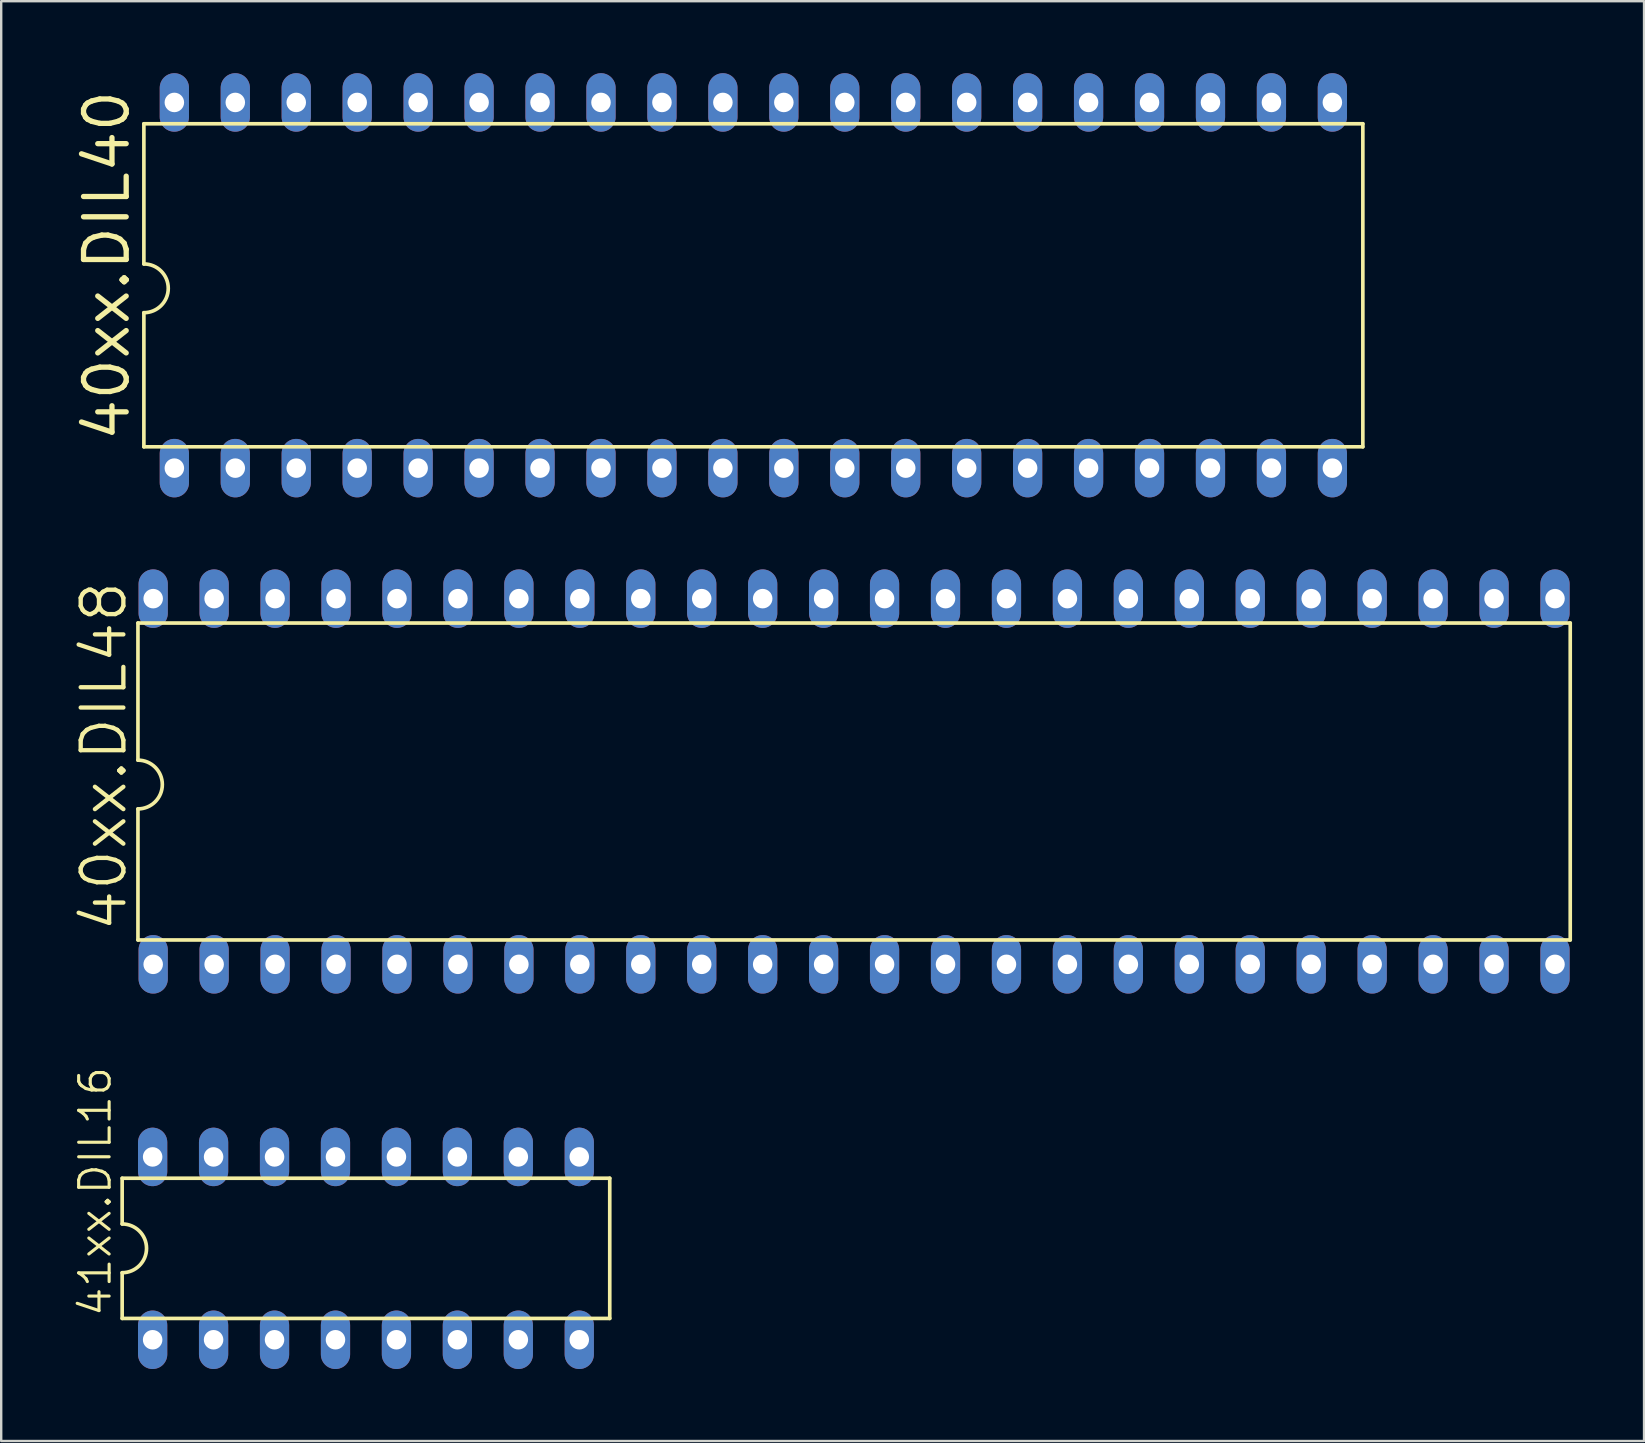
<source format=kicad_pcb>
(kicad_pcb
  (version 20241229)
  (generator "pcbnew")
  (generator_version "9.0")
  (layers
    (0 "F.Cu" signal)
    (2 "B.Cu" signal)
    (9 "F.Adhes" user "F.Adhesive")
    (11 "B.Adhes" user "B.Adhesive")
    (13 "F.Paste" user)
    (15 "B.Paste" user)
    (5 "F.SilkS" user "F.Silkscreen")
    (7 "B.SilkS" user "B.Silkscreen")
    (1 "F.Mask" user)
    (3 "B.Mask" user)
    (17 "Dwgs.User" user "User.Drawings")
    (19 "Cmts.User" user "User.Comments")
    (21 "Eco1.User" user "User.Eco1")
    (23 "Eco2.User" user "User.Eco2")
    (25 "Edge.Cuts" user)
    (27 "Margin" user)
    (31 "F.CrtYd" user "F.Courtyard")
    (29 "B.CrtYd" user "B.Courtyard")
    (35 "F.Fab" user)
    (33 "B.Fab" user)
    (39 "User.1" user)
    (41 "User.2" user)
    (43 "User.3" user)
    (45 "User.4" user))
  (footprint "40xx.DIL40"
    (layer "F.Cu")
    (at 28.346 8.839)
    (property "Reference" "40xx.DIL40" (at -25.908 6.604 90) (layer "F.SilkS") (effects (font (size 1.778 1.778) (thickness 0.22)) (justify left bottom)))
    (attr through_hole)
    (fp_line (start -25.4 -6.731) (end -25.4 -0.889) (stroke (width 0.152) (type default)) (layer "F.SilkS"))
    (fp_line (start -25.4 6.731) (end -25.4 1.143) (stroke (width 0.152) (type default)) (layer "F.SilkS"))
    (fp_line (start -25.4 6.731) (end 25.4 6.731) (stroke (width 0.152) (type default)) (layer "F.SilkS"))
    (fp_line (start 25.4 -6.731) (end -25.4 -6.731) (stroke (width 0.152) (type default)) (layer "F.SilkS"))
    (fp_line (start 25.4 -6.731) (end 25.4 6.731) (stroke (width 0.152) (type default)) (layer "F.SilkS"))
    (fp_arc (start -25.4 -0.889) (mid -24.384 0.127) (end -25.4 1.143) (stroke (width 0.1524) (type default)) (layer "F.SilkS"))
    (pad "1" thru_hole oval (at -24.13 7.62 90) (size 2.438 1.219) (drill 0.813) (layers "*.Cu" "*.Mask"))
    (pad "2" thru_hole oval (at -21.59 7.62 90) (size 2.438 1.219) (drill 0.813) (layers "*.Cu" "*.Mask"))
    (pad "3" thru_hole oval (at -19.05 7.62 90) (size 2.438 1.219) (drill 0.813) (layers "*.Cu" "*.Mask"))
    (pad "4" thru_hole oval (at -16.51 7.62 90) (size 2.438 1.219) (drill 0.813) (layers "*.Cu" "*.Mask"))
    (pad "5" thru_hole oval (at -13.97 7.62 90) (size 2.438 1.219) (drill 0.813) (layers "*.Cu" "*.Mask"))
    (pad "6" thru_hole oval (at -11.43 7.62 90) (size 2.438 1.219) (drill 0.813) (layers "*.Cu" "*.Mask"))
    (pad "7" thru_hole oval (at -8.89 7.62 90) (size 2.438 1.219) (drill 0.813) (layers "*.Cu" "*.Mask"))
    (pad "8" thru_hole oval (at -6.35 7.62 90) (size 2.438 1.219) (drill 0.813) (layers "*.Cu" "*.Mask"))
    (pad "9" thru_hole oval (at -3.81 7.62 90) (size 2.438 1.219) (drill 0.813) (layers "*.Cu" "*.Mask"))
    (pad "10" thru_hole oval (at -1.27 7.62 90) (size 2.438 1.219) (drill 0.813) (layers "*.Cu" "*.Mask"))
    (pad "11" thru_hole oval (at 1.27 7.62 90) (size 2.438 1.219) (drill 0.813) (layers "*.Cu" "*.Mask"))
    (pad "12" thru_hole oval (at 3.81 7.62 90) (size 2.438 1.219) (drill 0.813) (layers "*.Cu" "*.Mask"))
    (pad "13" thru_hole oval (at 6.35 7.62 90) (size 2.438 1.219) (drill 0.813) (layers "*.Cu" "*.Mask"))
    (pad "14" thru_hole oval (at 8.89 7.62 90) (size 2.438 1.219) (drill 0.813) (layers "*.Cu" "*.Mask"))
    (pad "15" thru_hole oval (at 11.43 7.62 90) (size 2.438 1.219) (drill 0.813) (layers "*.Cu" "*.Mask"))
    (pad "16" thru_hole oval (at 13.97 7.62 90) (size 2.438 1.219) (drill 0.813) (layers "*.Cu" "*.Mask"))
    (pad "17" thru_hole oval (at 16.51 7.62 90) (size 2.438 1.219) (drill 0.813) (layers "*.Cu" "*.Mask"))
    (pad "18" thru_hole oval (at 19.05 7.62 90) (size 2.438 1.219) (drill 0.813) (layers "*.Cu" "*.Mask"))
    (pad "19" thru_hole oval (at 21.59 7.62 90) (size 2.438 1.219) (drill 0.813) (layers "*.Cu" "*.Mask"))
    (pad "20" thru_hole oval (at 24.13 7.62 90) (size 2.438 1.219) (drill 0.813) (layers "*.Cu" "*.Mask"))
    (pad "21" thru_hole oval (at 24.13 -7.62 90) (size 2.438 1.219) (drill 0.813) (layers "*.Cu" "*.Mask"))
    (pad "22" thru_hole oval (at 21.59 -7.62 90) (size 2.438 1.219) (drill 0.813) (layers "*.Cu" "*.Mask"))
    (pad "23" thru_hole oval (at 19.05 -7.62 90) (size 2.438 1.219) (drill 0.813) (layers "*.Cu" "*.Mask"))
    (pad "24" thru_hole oval (at 16.51 -7.62 90) (size 2.438 1.219) (drill 0.813) (layers "*.Cu" "*.Mask"))
    (pad "25" thru_hole oval (at 13.97 -7.62 90) (size 2.438 1.219) (drill 0.813) (layers "*.Cu" "*.Mask"))
    (pad "26" thru_hole oval (at 11.43 -7.62 90) (size 2.438 1.219) (drill 0.813) (layers "*.Cu" "*.Mask"))
    (pad "27" thru_hole oval (at 8.89 -7.62 90) (size 2.438 1.219) (drill 0.813) (layers "*.Cu" "*.Mask"))
    (pad "28" thru_hole oval (at 6.35 -7.62 90) (size 2.438 1.219) (drill 0.813) (layers "*.Cu" "*.Mask"))
    (pad "29" thru_hole oval (at 3.81 -7.62 90) (size 2.438 1.219) (drill 0.813) (layers "*.Cu" "*.Mask"))
    (pad "30" thru_hole oval (at 1.27 -7.62 90) (size 2.438 1.219) (drill 0.813) (layers "*.Cu" "*.Mask"))
    (pad "31" thru_hole oval (at -1.27 -7.62 90) (size 2.438 1.219) (drill 0.813) (layers "*.Cu" "*.Mask"))
    (pad "32" thru_hole oval (at -3.81 -7.62 90) (size 2.438 1.219) (drill 0.813) (layers "*.Cu" "*.Mask"))
    (pad "33" thru_hole oval (at -6.35 -7.62 90) (size 2.438 1.219) (drill 0.813) (layers "*.Cu" "*.Mask"))
    (pad "34" thru_hole oval (at -8.89 -7.62 90) (size 2.438 1.219) (drill 0.813) (layers "*.Cu" "*.Mask"))
    (pad "35" thru_hole oval (at -11.43 -7.62 90) (size 2.438 1.219) (drill 0.813) (layers "*.Cu" "*.Mask"))
    (pad "36" thru_hole oval (at -13.97 -7.62 90) (size 2.438 1.219) (drill 0.813) (layers "*.Cu" "*.Mask"))
    (pad "37" thru_hole oval (at -16.51 -7.62 90) (size 2.438 1.219) (drill 0.813) (layers "*.Cu" "*.Mask"))
    (pad "38" thru_hole oval (at -19.05 -7.62 90) (size 2.438 1.219) (drill 0.813) (layers "*.Cu" "*.Mask"))
    (pad "39" thru_hole oval (at -21.59 -7.62 90) (size 2.438 1.219) (drill 0.813) (layers "*.Cu" "*.Mask"))
    (pad "40" thru_hole oval (at -24.13 -7.62 90) (size 2.438 1.219) (drill 0.813) (layers "*.Cu" "*.Mask")))
  (footprint "41xx.DIL16"
    (layer "F.Cu")
    (at 12.201 48.974)
    (property "Reference" "41xx.DIL16" (at -10.541 2.921 90) (layer "F.SilkS") (effects (font (size 1.27 1.27) (thickness 0.13)) (justify left bottom)))
    (attr through_hole)
    (fp_line (start -10.16 -2.921) (end -10.16 -1.016) (stroke (width 0.152) (type default)) (layer "F.SilkS"))
    (fp_line (start -10.16 2.921) (end -10.16 1.016) (stroke (width 0.152) (type default)) (layer "F.SilkS"))
    (fp_line (start -10.16 2.921) (end 10.16 2.921) (stroke (width 0.152) (type default)) (layer "F.SilkS"))
    (fp_line (start 10.16 -2.921) (end -10.16 -2.921) (stroke (width 0.152) (type default)) (layer "F.SilkS"))
    (fp_line (start 10.16 -2.921) (end 10.16 2.921) (stroke (width 0.152) (type default)) (layer "F.SilkS"))
    (fp_arc (start -10.16 -1.016) (mid -9.144 0) (end -10.16 1.016) (stroke (width 0.1524) (type default)) (layer "F.SilkS"))
    (pad "1" thru_hole oval (at -8.89 3.81 90) (size 2.438 1.219) (drill 0.813) (layers "*.Cu" "*.Mask"))
    (pad "2" thru_hole oval (at -6.35 3.81 90) (size 2.438 1.219) (drill 0.813) (layers "*.Cu" "*.Mask"))
    (pad "3" thru_hole oval (at -3.81 3.81 90) (size 2.438 1.219) (drill 0.813) (layers "*.Cu" "*.Mask"))
    (pad "4" thru_hole oval (at -1.27 3.81 90) (size 2.438 1.219) (drill 0.813) (layers "*.Cu" "*.Mask"))
    (pad "5" thru_hole oval (at 1.27 3.81 90) (size 2.438 1.219) (drill 0.813) (layers "*.Cu" "*.Mask"))
    (pad "6" thru_hole oval (at 3.81 3.81 90) (size 2.438 1.219) (drill 0.813) (layers "*.Cu" "*.Mask"))
    (pad "7" thru_hole oval (at 6.35 3.81 90) (size 2.438 1.219) (drill 0.813) (layers "*.Cu" "*.Mask"))
    (pad "8" thru_hole oval (at 8.89 3.81 90) (size 2.438 1.219) (drill 0.813) (layers "*.Cu" "*.Mask"))
    (pad "9" thru_hole oval (at 8.89 -3.81 90) (size 2.438 1.219) (drill 0.813) (layers "*.Cu" "*.Mask"))
    (pad "10" thru_hole oval (at 6.35 -3.81 90) (size 2.438 1.219) (drill 0.813) (layers "*.Cu" "*.Mask"))
    (pad "11" thru_hole oval (at 3.81 -3.81 90) (size 2.438 1.219) (drill 0.813) (layers "*.Cu" "*.Mask"))
    (pad "12" thru_hole oval (at 1.27 -3.81 90) (size 2.438 1.219) (drill 0.813) (layers "*.Cu" "*.Mask"))
    (pad "13" thru_hole oval (at -1.27 -3.81 90) (size 2.438 1.219) (drill 0.813) (layers "*.Cu" "*.Mask"))
    (pad "14" thru_hole oval (at -3.81 -3.81 90) (size 2.438 1.219) (drill 0.813) (layers "*.Cu" "*.Mask"))
    (pad "15" thru_hole oval (at -6.35 -3.81 90) (size 2.438 1.219) (drill 0.813) (layers "*.Cu" "*.Mask"))
    (pad "16" thru_hole oval (at -8.89 -3.81 90) (size 2.438 1.219) (drill 0.813) (layers "*.Cu" "*.Mask")))
  (footprint "40xx.DIL48"
    (layer "F.Cu")
    (at 32.544 29.518)
    (property "Reference" "40xx.DIL48" (at -30.226 6.35 90) (layer "F.SilkS") (effects (font (size 1.778 1.778) (thickness 0.18)) (justify left bottom)))
    (attr through_hole)
    (fp_line (start -29.845 -6.604) (end -29.845 -0.889) (stroke (width 0.152) (type default)) (layer "F.SilkS"))
    (fp_line (start -29.845 6.604) (end -29.845 1.143) (stroke (width 0.152) (type default)) (layer "F.SilkS"))
    (fp_line (start -29.845 6.604) (end 29.845 6.604) (stroke (width 0.152) (type default)) (layer "F.SilkS"))
    (fp_line (start 29.845 -6.604) (end -29.845 -6.604) (stroke (width 0.152) (type default)) (layer "F.SilkS"))
    (fp_line (start 29.845 6.604) (end 29.845 -6.604) (stroke (width 0.152) (type default)) (layer "F.SilkS"))
    (fp_arc (start -29.845 -0.889) (mid -28.829 0.127) (end -29.845 1.143) (stroke (width 0.1524) (type default)) (layer "F.SilkS"))
    (pad "1" thru_hole oval (at -29.21 7.62 90) (size 2.438 1.219) (drill 0.813) (layers "*.Cu" "*.Mask"))
    (pad "2" thru_hole oval (at -26.67 7.62 90) (size 2.438 1.219) (drill 0.813) (layers "*.Cu" "*.Mask"))
    (pad "3" thru_hole oval (at -24.13 7.62 90) (size 2.438 1.219) (drill 0.813) (layers "*.Cu" "*.Mask"))
    (pad "4" thru_hole oval (at -21.59 7.62 90) (size 2.438 1.219) (drill 0.813) (layers "*.Cu" "*.Mask"))
    (pad "5" thru_hole oval (at -19.05 7.62 90) (size 2.438 1.219) (drill 0.813) (layers "*.Cu" "*.Mask"))
    (pad "6" thru_hole oval (at -16.51 7.62 90) (size 2.438 1.219) (drill 0.813) (layers "*.Cu" "*.Mask"))
    (pad "7" thru_hole oval (at -13.97 7.62 90) (size 2.438 1.219) (drill 0.813) (layers "*.Cu" "*.Mask"))
    (pad "8" thru_hole oval (at -11.43 7.62 90) (size 2.438 1.219) (drill 0.813) (layers "*.Cu" "*.Mask"))
    (pad "9" thru_hole oval (at -8.89 7.62 90) (size 2.438 1.219) (drill 0.813) (layers "*.Cu" "*.Mask"))
    (pad "10" thru_hole oval (at -6.35 7.62 90) (size 2.438 1.219) (drill 0.813) (layers "*.Cu" "*.Mask"))
    (pad "11" thru_hole oval (at -3.81 7.62 90) (size 2.438 1.219) (drill 0.813) (layers "*.Cu" "*.Mask"))
    (pad "12" thru_hole oval (at -1.27 7.62 90) (size 2.438 1.219) (drill 0.813) (layers "*.Cu" "*.Mask"))
    (pad "13" thru_hole oval (at 1.27 7.62 90) (size 2.438 1.219) (drill 0.813) (layers "*.Cu" "*.Mask"))
    (pad "14" thru_hole oval (at 3.81 7.62 90) (size 2.438 1.219) (drill 0.813) (layers "*.Cu" "*.Mask"))
    (pad "15" thru_hole oval (at 6.35 7.62 90) (size 2.438 1.219) (drill 0.813) (layers "*.Cu" "*.Mask"))
    (pad "16" thru_hole oval (at 8.89 7.62 90) (size 2.438 1.219) (drill 0.813) (layers "*.Cu" "*.Mask"))
    (pad "17" thru_hole oval (at 11.43 7.62 90) (size 2.438 1.219) (drill 0.813) (layers "*.Cu" "*.Mask"))
    (pad "18" thru_hole oval (at 13.97 7.62 90) (size 2.438 1.219) (drill 0.813) (layers "*.Cu" "*.Mask"))
    (pad "19" thru_hole oval (at 16.51 7.62 90) (size 2.438 1.219) (drill 0.813) (layers "*.Cu" "*.Mask"))
    (pad "20" thru_hole oval (at 19.05 7.62 90) (size 2.438 1.219) (drill 0.813) (layers "*.Cu" "*.Mask"))
    (pad "21" thru_hole oval (at 21.59 7.62 90) (size 2.438 1.219) (drill 0.813) (layers "*.Cu" "*.Mask"))
    (pad "22" thru_hole oval (at 24.13 7.62 90) (size 2.438 1.219) (drill 0.813) (layers "*.Cu" "*.Mask"))
    (pad "23" thru_hole oval (at 26.67 7.62 90) (size 2.438 1.219) (drill 0.813) (layers "*.Cu" "*.Mask"))
    (pad "24" thru_hole oval (at 29.21 7.62 90) (size 2.438 1.219) (drill 0.813) (layers "*.Cu" "*.Mask"))
    (pad "25" thru_hole oval (at 29.21 -7.62 90) (size 2.438 1.219) (drill 0.813) (layers "*.Cu" "*.Mask"))
    (pad "26" thru_hole oval (at 26.67 -7.62 90) (size 2.438 1.219) (drill 0.813) (layers "*.Cu" "*.Mask"))
    (pad "27" thru_hole oval (at 24.13 -7.62 90) (size 2.438 1.219) (drill 0.813) (layers "*.Cu" "*.Mask"))
    (pad "28" thru_hole oval (at 21.59 -7.62 90) (size 2.438 1.219) (drill 0.813) (layers "*.Cu" "*.Mask"))
    (pad "29" thru_hole oval (at 19.05 -7.62 90) (size 2.438 1.219) (drill 0.813) (layers "*.Cu" "*.Mask"))
    (pad "30" thru_hole oval (at 16.51 -7.62 90) (size 2.438 1.219) (drill 0.813) (layers "*.Cu" "*.Mask"))
    (pad "31" thru_hole oval (at 13.97 -7.62 90) (size 2.438 1.219) (drill 0.813) (layers "*.Cu" "*.Mask"))
    (pad "32" thru_hole oval (at 11.43 -7.62 90) (size 2.438 1.219) (drill 0.813) (layers "*.Cu" "*.Mask"))
    (pad "33" thru_hole oval (at 8.89 -7.62 90) (size 2.438 1.219) (drill 0.813) (layers "*.Cu" "*.Mask"))
    (pad "34" thru_hole oval (at 6.35 -7.62 90) (size 2.438 1.219) (drill 0.813) (layers "*.Cu" "*.Mask"))
    (pad "35" thru_hole oval (at 3.81 -7.62 90) (size 2.438 1.219) (drill 0.813) (layers "*.Cu" "*.Mask"))
    (pad "36" thru_hole oval (at 1.27 -7.62 90) (size 2.438 1.219) (drill 0.813) (layers "*.Cu" "*.Mask"))
    (pad "37" thru_hole oval (at -1.27 -7.62 90) (size 2.438 1.219) (drill 0.813) (layers "*.Cu" "*.Mask"))
    (pad "38" thru_hole oval (at -3.81 -7.62 90) (size 2.438 1.219) (drill 0.813) (layers "*.Cu" "*.Mask"))
    (pad "39" thru_hole oval (at -6.35 -7.62 90) (size 2.438 1.219) (drill 0.813) (layers "*.Cu" "*.Mask"))
    (pad "40" thru_hole oval (at -8.89 -7.62 90) (size 2.438 1.219) (drill 0.813) (layers "*.Cu" "*.Mask"))
    (pad "41" thru_hole oval (at -11.43 -7.62 90) (size 2.438 1.219) (drill 0.813) (layers "*.Cu" "*.Mask"))
    (pad "42" thru_hole oval (at -13.97 -7.62 90) (size 2.438 1.219) (drill 0.813) (layers "*.Cu" "*.Mask"))
    (pad "43" thru_hole oval (at -16.51 -7.62 90) (size 2.438 1.219) (drill 0.813) (layers "*.Cu" "*.Mask"))
    (pad "44" thru_hole oval (at -19.05 -7.62 90) (size 2.438 1.219) (drill 0.813) (layers "*.Cu" "*.Mask"))
    (pad "45" thru_hole oval (at -21.59 -7.62 90) (size 2.438 1.219) (drill 0.813) (layers "*.Cu" "*.Mask"))
    (pad "46" thru_hole oval (at -24.13 -7.62 90) (size 2.438 1.219) (drill 0.813) (layers "*.Cu" "*.Mask"))
    (pad "47" thru_hole oval (at -26.67 -7.62 90) (size 2.438 1.219) (drill 0.813) (layers "*.Cu" "*.Mask"))
    (pad "48" thru_hole oval (at -29.21 -7.62 90) (size 2.438 1.219) (drill 0.813) (layers "*.Cu" "*.Mask")))
  (gr_rect
    (start -3 -3)
    (end 65.465 57.003)
    (stroke (width 0.1) (type default))
    (fill no)
    (layer "Edge.Cuts")))
</source>
